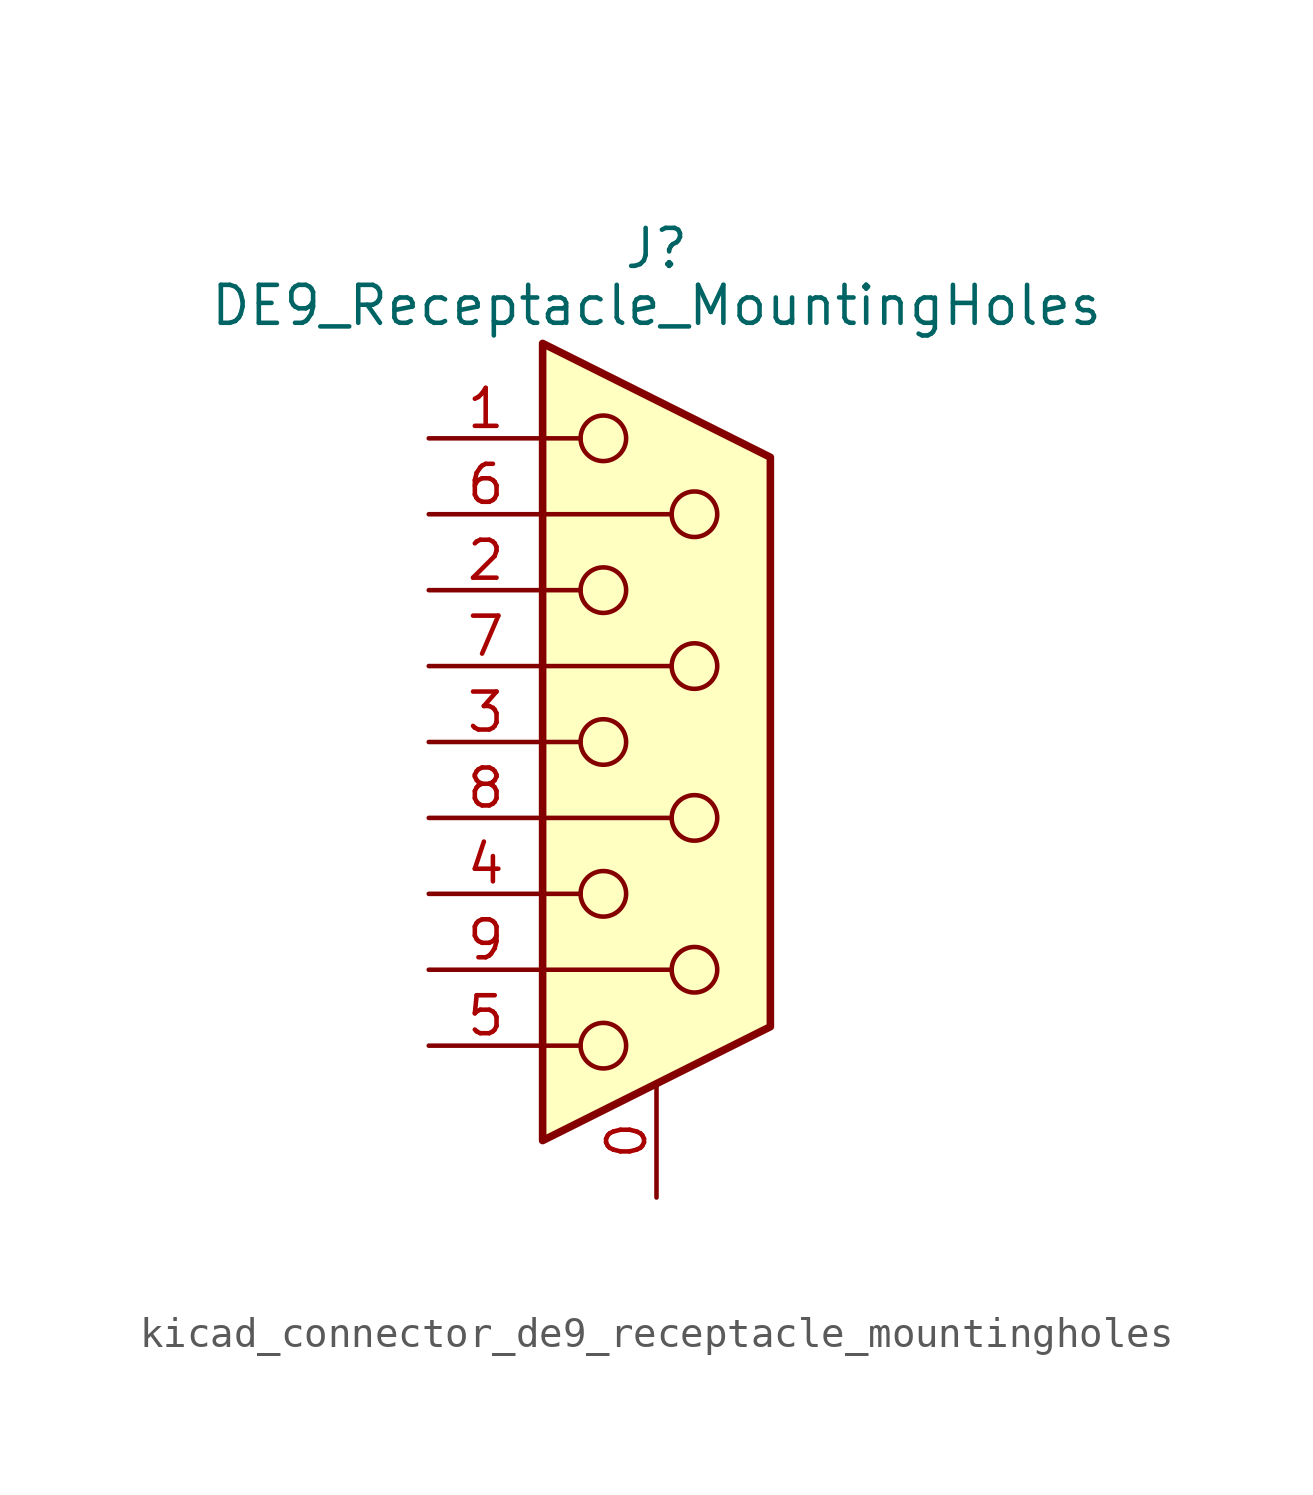
<source format=kicad_sym>
(kicad_symbol_lib
  (version 20220914)
  (generator kicad_symbol_editor)
  (symbol "kicad_connector_de9_receptacle_mountingholes"
    (pin_names
      (offset 1.016) hide)
    (property "Reference" "J"
      (at 0 16.51 0)
      (effects (font (size 1.27 1.27))))
    (property "Value" "DE9_Receptacle_MountingHoles"
      (at 0 14.605 0)
      (effects (font (size 1.27 1.27))))
    (symbol "kicad_connector_de9_receptacle_mountingholes_0_1"
      (circle (center -1.778 -10.16) (radius 0.762) (stroke (width 0) (type default)) (fill (type none)))
      (circle (center -1.778 -5.08) (radius 0.762) (stroke (width 0) (type default)) (fill (type none)))
      (circle (center -1.778 0) (radius 0.762) (stroke (width 0) (type default)) (fill (type none)))
      (circle (center -1.778 5.08) (radius 0.762) (stroke (width 0) (type default)) (fill (type none)))
      (circle (center -1.778 10.16) (radius 0.762) (stroke (width 0) (type default)) (fill (type none)))
      (polyline (pts (xy -3.81 -10.16) (xy -2.54 -10.16)) (stroke (width 0) (type default)) (fill (type none)))
      (polyline (pts (xy -3.81 -7.62) (xy 0.508 -7.62)) (stroke (width 0) (type default)) (fill (type none)))
      (polyline (pts (xy -3.81 -5.08) (xy -2.54 -5.08)) (stroke (width 0) (type default)) (fill (type none)))
      (polyline (pts (xy -3.81 -2.54) (xy 0.508 -2.54)) (stroke (width 0) (type default)) (fill (type none)))
      (polyline (pts (xy -3.81 0) (xy -2.54 0)) (stroke (width 0) (type default)) (fill (type none)))
      (polyline (pts (xy -3.81 2.54) (xy 0.508 2.54)) (stroke (width 0) (type default)) (fill (type none)))
      (polyline (pts (xy -3.81 5.08) (xy -2.54 5.08)) (stroke (width 0) (type default)) (fill (type none)))
      (polyline (pts (xy -3.81 7.62) (xy 0.508 7.62)) (stroke (width 0) (type default)) (fill (type none)))
      (polyline (pts (xy -3.81 10.16) (xy -2.54 10.16)) (stroke (width 0) (type default)) (fill (type none)))
      (polyline (pts (xy -3.81 13.335) (xy -3.81 -13.335) (xy 3.81 -9.525) (xy 3.81 9.525) (xy -3.81 13.335)) (stroke (width 0.254) (type default)) (fill (type background)))
      (circle (center 1.27 -7.62) (radius 0.762) (stroke (width 0) (type default)) (fill (type none)))
      (circle (center 1.27 -2.54) (radius 0.762) (stroke (width 0) (type default)) (fill (type none)))
      (circle (center 1.27 2.54) (radius 0.762) (stroke (width 0) (type default)) (fill (type none)))
      (circle (center 1.27 7.62) (radius 0.762) (stroke (width 0) (type default)) (fill (type none))))
    (symbol "kicad_connector_de9_receptacle_mountingholes_1_1"
      (pin passive line (at 0 -15.24 90) (length 3.81) (name "PAD" (effects (font (size 1.27 1.27)))) (number "0" (effects (font (size 1.27 1.27)))))
      (pin passive line (at -7.62 10.16 0) (length 3.81) (name "1" (effects (font (size 1.27 1.27)))) (number "1" (effects (font (size 1.27 1.27)))))
      (pin passive line (at -7.62 5.08 0) (length 3.81) (name "2" (effects (font (size 1.27 1.27)))) (number "2" (effects (font (size 1.27 1.27)))))
      (pin passive line (at -7.62 0 0) (length 3.81) (name "3" (effects (font (size 1.27 1.27)))) (number "3" (effects (font (size 1.27 1.27)))))
      (pin passive line (at -7.62 -5.08 0) (length 3.81) (name "4" (effects (font (size 1.27 1.27)))) (number "4" (effects (font (size 1.27 1.27)))))
      (pin passive line (at -7.62 -10.16 0) (length 3.81) (name "5" (effects (font (size 1.27 1.27)))) (number "5" (effects (font (size 1.27 1.27)))))
      (pin passive line (at -7.62 7.62 0) (length 3.81) (name "6" (effects (font (size 1.27 1.27)))) (number "6" (effects (font (size 1.27 1.27)))))
      (pin passive line (at -7.62 2.54 0) (length 3.81) (name "7" (effects (font (size 1.27 1.27)))) (number "7" (effects (font (size 1.27 1.27)))))
      (pin passive line (at -7.62 -2.54 0) (length 3.81) (name "8" (effects (font (size 1.27 1.27)))) (number "8" (effects (font (size 1.27 1.27)))))
      (pin passive line (at -7.62 -7.62 0) (length 3.81) (name "9" (effects (font (size 1.27 1.27)))) (number "9" (effects (font (size 1.27 1.27))))))))
</source>
